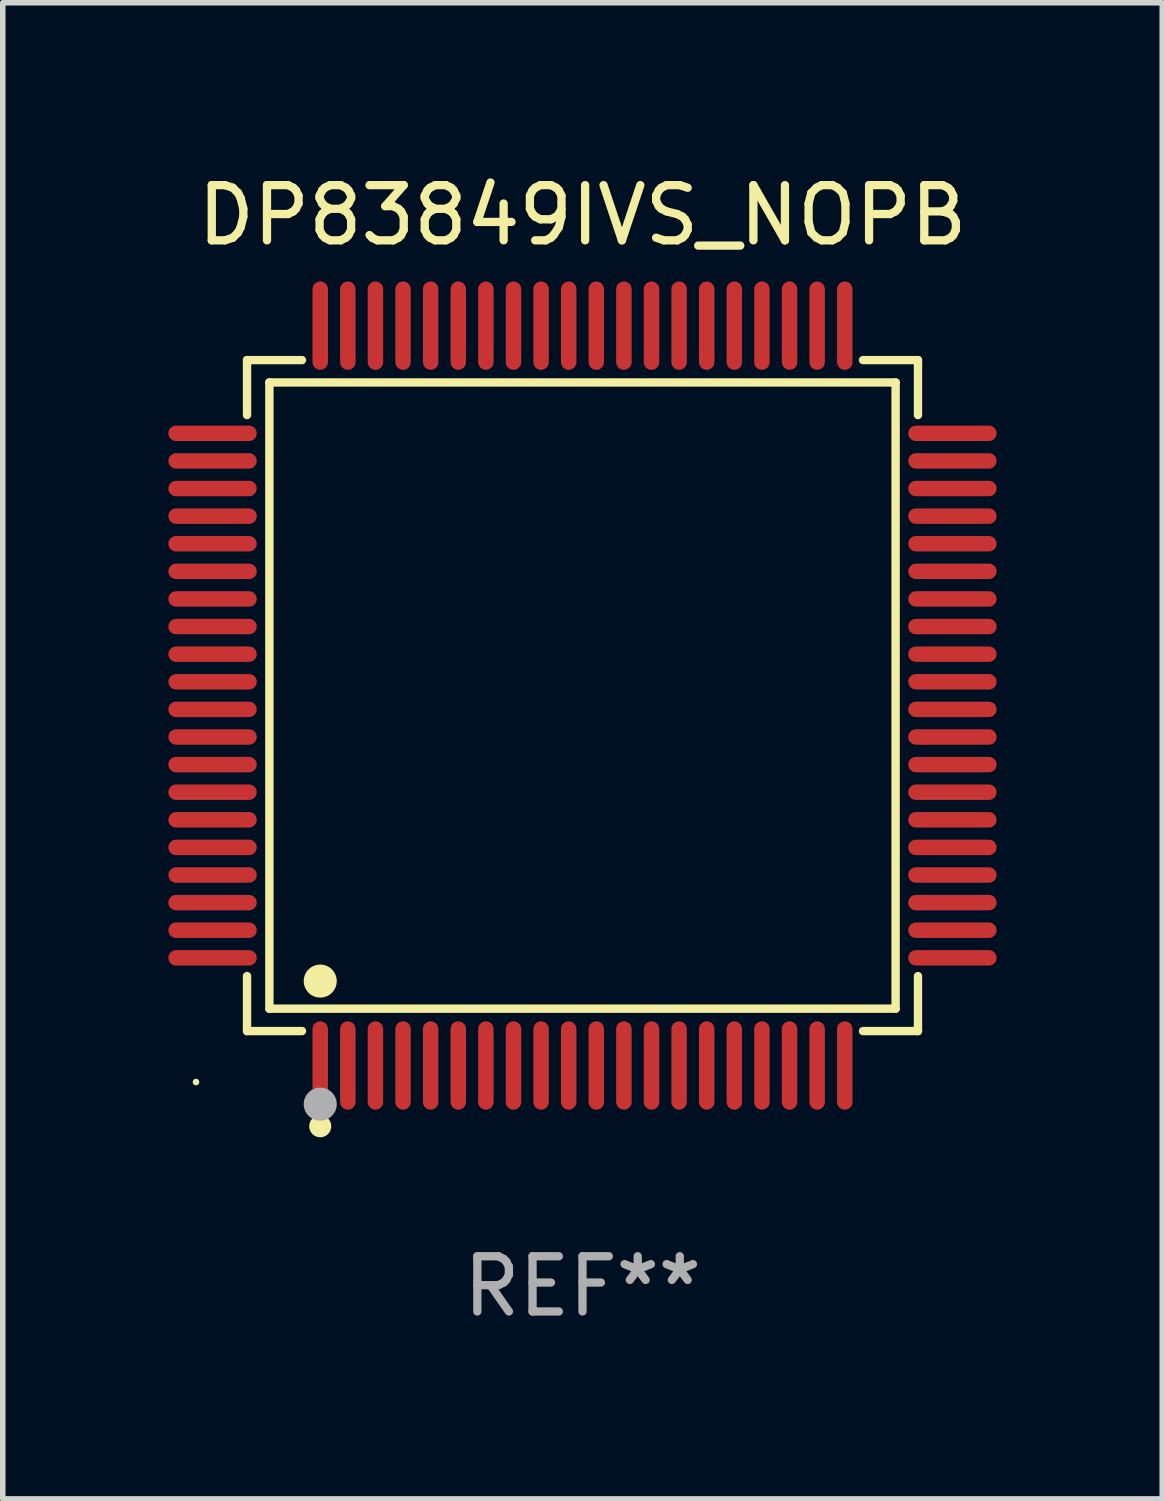
<source format=kicad_pcb>
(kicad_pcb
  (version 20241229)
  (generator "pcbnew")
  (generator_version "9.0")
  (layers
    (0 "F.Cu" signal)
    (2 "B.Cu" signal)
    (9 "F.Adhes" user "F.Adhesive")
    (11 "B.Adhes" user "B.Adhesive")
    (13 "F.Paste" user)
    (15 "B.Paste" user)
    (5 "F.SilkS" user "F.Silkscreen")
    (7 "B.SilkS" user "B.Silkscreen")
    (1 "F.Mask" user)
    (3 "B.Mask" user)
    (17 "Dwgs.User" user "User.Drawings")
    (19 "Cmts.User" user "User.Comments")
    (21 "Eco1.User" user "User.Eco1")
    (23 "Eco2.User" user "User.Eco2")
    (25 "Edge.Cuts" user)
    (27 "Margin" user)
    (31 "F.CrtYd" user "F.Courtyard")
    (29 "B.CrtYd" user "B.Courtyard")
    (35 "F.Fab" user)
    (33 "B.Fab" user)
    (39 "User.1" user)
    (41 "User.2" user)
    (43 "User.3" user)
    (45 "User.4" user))
  (footprint "DP83849IVS_NOPB"
    (layer "F.Cu")
    (at 7.5 9.548)
    (property "Reference" "DP83849IVS_NOPB" (at 0 -8.7 0) (layer "F.SilkS") (effects (font (size 1 1) (thickness 0.15))))
    (attr through_hole)
    (fp_line (start -6.076 -6.076) (end -5.081 -6.076) (stroke (width 0.152) (type solid)) (layer "F.SilkS"))
    (fp_line (start -6.076 -5.081) (end -6.076 -6.076) (stroke (width 0.152) (type solid)) (layer "F.SilkS"))
    (fp_line (start -6.076 5.081) (end -6.076 6.076) (stroke (width 0.152) (type solid)) (layer "F.SilkS"))
    (fp_line (start -6.076 6.076) (end -5.081 6.076) (stroke (width 0.152) (type solid)) (layer "F.SilkS"))
    (fp_line (start -5.671 -5.671) (end 5.671 -5.671) (stroke (width 0.152) (type solid)) (layer "F.SilkS"))
    (fp_line (start -5.671 5.671) (end -5.671 -5.671) (stroke (width 0.152) (type solid)) (layer "F.SilkS"))
    (fp_line (start 5.671 -5.671) (end 5.671 5.671) (stroke (width 0.152) (type solid)) (layer "F.SilkS"))
    (fp_line (start 5.671 5.671) (end -5.671 5.671) (stroke (width 0.152) (type solid)) (layer "F.SilkS"))
    (fp_line (start 6.076 -6.076) (end 5.081 -6.076) (stroke (width 0.152) (type solid)) (layer "F.SilkS"))
    (fp_line (start 6.076 -5.081) (end 6.076 -6.076) (stroke (width 0.152) (type solid)) (layer "F.SilkS"))
    (fp_line (start 6.076 5.081) (end 6.076 6.076) (stroke (width 0.152) (type solid)) (layer "F.SilkS"))
    (fp_line (start 6.076 6.076) (end 5.081 6.076) (stroke (width 0.152) (type solid)) (layer "F.SilkS"))
    (fp_circle (center -7 7) (end -6.97 7) (stroke (width 0.06) (type solid)) (fill no) (layer "F.SilkS"))
    (fp_circle (center -4.75 5.171) (end -4.6 5.171) (stroke (width 0.3) (type solid)) (fill no) (layer "F.SilkS"))
    (fp_circle (center -4.75 7.8) (end -4.65 7.8) (stroke (width 0.2) (type solid)) (fill no) (layer "F.SilkS"))
    (fp_circle (center -4.75 7.4) (end -4.6 7.4) (stroke (width 0.3) (type solid)) (fill no) (layer "F.Fab"))
    (fp_text user "REF**" (at 0 10.7 0) (layer "F.Fab") (effects (font (size 1 1) (thickness 0.15))))
    (pad "1" smd oval (at -4.75 6.7) (size 0.28 1.6) (layers "F.Cu" "F.Mask" "F.Paste"))
    (pad "2" smd oval (at -4.25 6.7) (size 0.28 1.6) (layers "F.Cu" "F.Mask" "F.Paste"))
    (pad "3" smd oval (at -3.75 6.7) (size 0.28 1.6) (layers "F.Cu" "F.Mask" "F.Paste"))
    (pad "4" smd oval (at -3.25 6.7) (size 0.28 1.6) (layers "F.Cu" "F.Mask" "F.Paste"))
    (pad "5" smd oval (at -2.75 6.7) (size 0.28 1.6) (layers "F.Cu" "F.Mask" "F.Paste"))
    (pad "6" smd oval (at -2.25 6.7) (size 0.28 1.6) (layers "F.Cu" "F.Mask" "F.Paste"))
    (pad "7" smd oval (at -1.75 6.7) (size 0.28 1.6) (layers "F.Cu" "F.Mask" "F.Paste"))
    (pad "8" smd oval (at -1.25 6.7) (size 0.28 1.6) (layers "F.Cu" "F.Mask" "F.Paste"))
    (pad "9" smd oval (at -0.75 6.7) (size 0.28 1.6) (layers "F.Cu" "F.Mask" "F.Paste"))
    (pad "10" smd oval (at -0.25 6.7) (size 0.28 1.6) (layers "F.Cu" "F.Mask" "F.Paste"))
    (pad "11" smd oval (at 0.25 6.7) (size 0.28 1.6) (layers "F.Cu" "F.Mask" "F.Paste"))
    (pad "12" smd oval (at 0.75 6.7) (size 0.28 1.6) (layers "F.Cu" "F.Mask" "F.Paste"))
    (pad "13" smd oval (at 1.25 6.7) (size 0.28 1.6) (layers "F.Cu" "F.Mask" "F.Paste"))
    (pad "14" smd oval (at 1.75 6.7) (size 0.28 1.6) (layers "F.Cu" "F.Mask" "F.Paste"))
    (pad "15" smd oval (at 2.25 6.7) (size 0.28 1.6) (layers "F.Cu" "F.Mask" "F.Paste"))
    (pad "16" smd oval (at 2.75 6.7) (size 0.28 1.6) (layers "F.Cu" "F.Mask" "F.Paste"))
    (pad "17" smd oval (at 3.25 6.7) (size 0.28 1.6) (layers "F.Cu" "F.Mask" "F.Paste"))
    (pad "18" smd oval (at 3.75 6.7) (size 0.28 1.6) (layers "F.Cu" "F.Mask" "F.Paste"))
    (pad "19" smd oval (at 4.25 6.7) (size 0.28 1.6) (layers "F.Cu" "F.Mask" "F.Paste"))
    (pad "20" smd oval (at 4.75 6.7) (size 0.28 1.6) (layers "F.Cu" "F.Mask" "F.Paste"))
    (pad "21" smd oval (at 6.7 4.75) (size 1.6 0.28) (layers "F.Cu" "F.Mask" "F.Paste"))
    (pad "22" smd oval (at 6.7 4.25) (size 1.6 0.28) (layers "F.Cu" "F.Mask" "F.Paste"))
    (pad "23" smd oval (at 6.7 3.75) (size 1.6 0.28) (layers "F.Cu" "F.Mask" "F.Paste"))
    (pad "24" smd oval (at 6.7 3.25) (size 1.6 0.28) (layers "F.Cu" "F.Mask" "F.Paste"))
    (pad "25" smd oval (at 6.7 2.75) (size 1.6 0.28) (layers "F.Cu" "F.Mask" "F.Paste"))
    (pad "26" smd oval (at 6.7 2.25) (size 1.6 0.28) (layers "F.Cu" "F.Mask" "F.Paste"))
    (pad "27" smd oval (at 6.7 1.75) (size 1.6 0.28) (layers "F.Cu" "F.Mask" "F.Paste"))
    (pad "28" smd oval (at 6.7 1.25) (size 1.6 0.28) (layers "F.Cu" "F.Mask" "F.Paste"))
    (pad "29" smd oval (at 6.7 0.75) (size 1.6 0.28) (layers "F.Cu" "F.Mask" "F.Paste"))
    (pad "30" smd oval (at 6.7 0.25) (size 1.6 0.28) (layers "F.Cu" "F.Mask" "F.Paste"))
    (pad "31" smd oval (at 6.7 -0.25) (size 1.6 0.28) (layers "F.Cu" "F.Mask" "F.Paste"))
    (pad "32" smd oval (at 6.7 -0.75) (size 1.6 0.28) (layers "F.Cu" "F.Mask" "F.Paste"))
    (pad "33" smd oval (at 6.7 -1.25) (size 1.6 0.28) (layers "F.Cu" "F.Mask" "F.Paste"))
    (pad "34" smd oval (at 6.7 -1.75) (size 1.6 0.28) (layers "F.Cu" "F.Mask" "F.Paste"))
    (pad "35" smd oval (at 6.7 -2.25) (size 1.6 0.28) (layers "F.Cu" "F.Mask" "F.Paste"))
    (pad "36" smd oval (at 6.7 -2.75) (size 1.6 0.28) (layers "F.Cu" "F.Mask" "F.Paste"))
    (pad "37" smd oval (at 6.7 -3.25) (size 1.6 0.28) (layers "F.Cu" "F.Mask" "F.Paste"))
    (pad "38" smd oval (at 6.7 -3.75) (size 1.6 0.28) (layers "F.Cu" "F.Mask" "F.Paste"))
    (pad "39" smd oval (at 6.7 -4.25) (size 1.6 0.28) (layers "F.Cu" "F.Mask" "F.Paste"))
    (pad "40" smd oval (at 6.7 -4.75) (size 1.6 0.28) (layers "F.Cu" "F.Mask" "F.Paste"))
    (pad "41" smd oval (at 4.75 -6.7) (size 0.28 1.6) (layers "F.Cu" "F.Mask" "F.Paste"))
    (pad "42" smd oval (at 4.25 -6.7) (size 0.28 1.6) (layers "F.Cu" "F.Mask" "F.Paste"))
    (pad "43" smd oval (at 3.75 -6.7) (size 0.28 1.6) (layers "F.Cu" "F.Mask" "F.Paste"))
    (pad "44" smd oval (at 3.25 -6.7) (size 0.28 1.6) (layers "F.Cu" "F.Mask" "F.Paste"))
    (pad "45" smd oval (at 2.75 -6.7) (size 0.28 1.6) (layers "F.Cu" "F.Mask" "F.Paste"))
    (pad "46" smd oval (at 2.25 -6.7) (size 0.28 1.6) (layers "F.Cu" "F.Mask" "F.Paste"))
    (pad "47" smd oval (at 1.75 -6.7) (size 0.28 1.6) (layers "F.Cu" "F.Mask" "F.Paste"))
    (pad "48" smd oval (at 1.25 -6.7) (size 0.28 1.6) (layers "F.Cu" "F.Mask" "F.Paste"))
    (pad "49" smd oval (at 0.75 -6.7) (size 0.28 1.6) (layers "F.Cu" "F.Mask" "F.Paste"))
    (pad "50" smd oval (at 0.25 -6.7) (size 0.28 1.6) (layers "F.Cu" "F.Mask" "F.Paste"))
    (pad "51" smd oval (at -0.25 -6.7) (size 0.28 1.6) (layers "F.Cu" "F.Mask" "F.Paste"))
    (pad "52" smd oval (at -0.75 -6.7) (size 0.28 1.6) (layers "F.Cu" "F.Mask" "F.Paste"))
    (pad "53" smd oval (at -1.25 -6.7) (size 0.28 1.6) (layers "F.Cu" "F.Mask" "F.Paste"))
    (pad "54" smd oval (at -1.75 -6.7) (size 0.28 1.6) (layers "F.Cu" "F.Mask" "F.Paste"))
    (pad "55" smd oval (at -2.25 -6.7) (size 0.28 1.6) (layers "F.Cu" "F.Mask" "F.Paste"))
    (pad "56" smd oval (at -2.75 -6.7) (size 0.28 1.6) (layers "F.Cu" "F.Mask" "F.Paste"))
    (pad "57" smd oval (at -3.25 -6.7) (size 0.28 1.6) (layers "F.Cu" "F.Mask" "F.Paste"))
    (pad "58" smd oval (at -3.75 -6.7) (size 0.28 1.6) (layers "F.Cu" "F.Mask" "F.Paste"))
    (pad "59" smd oval (at -4.25 -6.7) (size 0.28 1.6) (layers "F.Cu" "F.Mask" "F.Paste"))
    (pad "60" smd oval (at -4.75 -6.7) (size 0.28 1.6) (layers "F.Cu" "F.Mask" "F.Paste"))
    (pad "61" smd oval (at -6.7 -4.75) (size 1.6 0.28) (layers "F.Cu" "F.Mask" "F.Paste"))
    (pad "62" smd oval (at -6.7 -4.25) (size 1.6 0.28) (layers "F.Cu" "F.Mask" "F.Paste"))
    (pad "63" smd oval (at -6.7 -3.75) (size 1.6 0.28) (layers "F.Cu" "F.Mask" "F.Paste"))
    (pad "64" smd oval (at -6.7 -3.25) (size 1.6 0.28) (layers "F.Cu" "F.Mask" "F.Paste"))
    (pad "65" smd oval (at -6.7 -2.75) (size 1.6 0.28) (layers "F.Cu" "F.Mask" "F.Paste"))
    (pad "66" smd oval (at -6.7 -2.25) (size 1.6 0.28) (layers "F.Cu" "F.Mask" "F.Paste"))
    (pad "67" smd oval (at -6.7 -1.75) (size 1.6 0.28) (layers "F.Cu" "F.Mask" "F.Paste"))
    (pad "68" smd oval (at -6.7 -1.25) (size 1.6 0.28) (layers "F.Cu" "F.Mask" "F.Paste"))
    (pad "69" smd oval (at -6.7 -0.75) (size 1.6 0.28) (layers "F.Cu" "F.Mask" "F.Paste"))
    (pad "70" smd oval (at -6.7 -0.25) (size 1.6 0.28) (layers "F.Cu" "F.Mask" "F.Paste"))
    (pad "71" smd oval (at -6.7 0.25) (size 1.6 0.28) (layers "F.Cu" "F.Mask" "F.Paste"))
    (pad "72" smd oval (at -6.7 0.75) (size 1.6 0.28) (layers "F.Cu" "F.Mask" "F.Paste"))
    (pad "73" smd oval (at -6.7 1.25) (size 1.6 0.28) (layers "F.Cu" "F.Mask" "F.Paste"))
    (pad "74" smd oval (at -6.7 1.75) (size 1.6 0.28) (layers "F.Cu" "F.Mask" "F.Paste"))
    (pad "75" smd oval (at -6.7 2.25) (size 1.6 0.28) (layers "F.Cu" "F.Mask" "F.Paste"))
    (pad "76" smd oval (at -6.7 2.75) (size 1.6 0.28) (layers "F.Cu" "F.Mask" "F.Paste"))
    (pad "77" smd oval (at -6.7 3.25) (size 1.6 0.28) (layers "F.Cu" "F.Mask" "F.Paste"))
    (pad "78" smd oval (at -6.7 3.75) (size 1.6 0.28) (layers "F.Cu" "F.Mask" "F.Paste"))
    (pad "79" smd oval (at -6.7 4.25) (size 1.6 0.28) (layers "F.Cu" "F.Mask" "F.Paste"))
    (pad "80" smd oval (at -6.7 4.75) (size 1.6 0.28) (layers "F.Cu" "F.Mask" "F.Paste")))
  (gr_rect
    (start -3 -3)
    (end 18 24.097)
    (stroke (width 0.1) (type default))
    (fill no)
    (layer "Edge.Cuts")))
</source>
